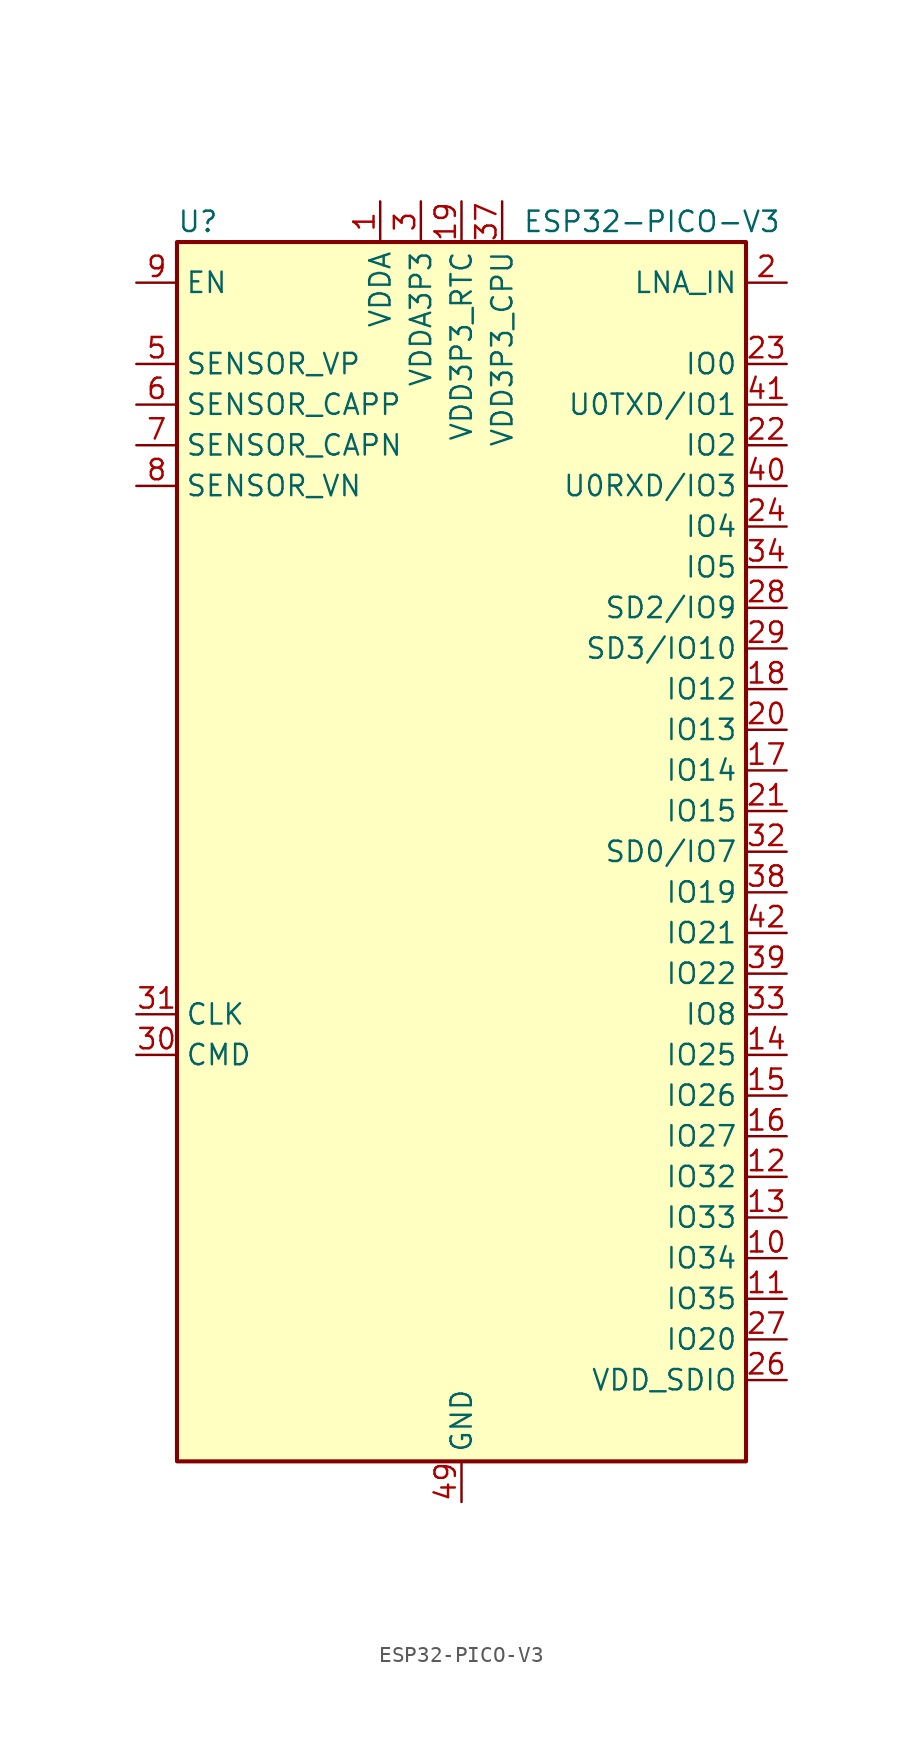
<source format=kicad_sym>
(kicad_symbol_lib
  (version 20241209)
  (generator "kicad_symbol_editor")
  (generator_version "9.0")
  (symbol "ESP32-PICO-V3"
    (property "Reference" "U"
      (at -17.78 39.37 0)
      (effects (font (size 1.27 1.27)) (justify left)))
    (property "Value" "ESP32-PICO-V3"
      (at 3.81 39.37 0)
      (effects (font (size 1.27 1.27)) (justify left)))
    (symbol "ESP32-PICO-V3_0_0"
      (pin input line (at -20.32 35.56 0) (length 2.54) (name "EN" (effects (font (size 1.27 1.27)))) (number "9" (effects (font (size 1.27 1.27)))))
      (pin input line (at -20.32 30.48 0) (length 2.54) (name "SENSOR_VP" (effects (font (size 1.27 1.27)))) (number "5" (effects (font (size 1.27 1.27)))))
      (pin input line (at -20.32 27.94 0) (length 2.54) (name "SENSOR_CAPP" (effects (font (size 1.27 1.27)))) (number "6" (effects (font (size 1.27 1.27)))))
      (pin input line (at -20.32 25.4 0) (length 2.54) (name "SENSOR_CAPN" (effects (font (size 1.27 1.27)))) (number "7" (effects (font (size 1.27 1.27)))))
      (pin input line (at -20.32 22.86 0) (length 2.54) (name "SENSOR_VN" (effects (font (size 1.27 1.27)))) (number "8" (effects (font (size 1.27 1.27)))))
      (pin bidirectional line (at -20.32 -10.16 0) (length 2.54) (name "CLK" (effects (font (size 1.27 1.27)))) (number "31" (effects (font (size 1.27 1.27)))))
      (pin bidirectional line (at -20.32 -12.7 0) (length 2.54) (name "CMD" (effects (font (size 1.27 1.27)))) (number "30" (effects (font (size 1.27 1.27)))))
      (pin no_connect line (at -17.78 -25.4 0) (length 2.54) (hide yes) (name "XTAL_N_NC" (effects (font (size 1.27 1.27)))) (number "44" (effects (font (size 1.27 1.27)))))
      (pin no_connect line (at -17.78 -27.94 0) (length 2.54) (hide yes) (name "XTAL_P_NC" (effects (font (size 1.27 1.27)))) (number "45" (effects (font (size 1.27 1.27)))))
      (pin no_connect line (at -17.78 -30.48 0) (length 2.54) (hide yes) (name "CAP2_NC" (effects (font (size 1.27 1.27)))) (number "47" (effects (font (size 1.27 1.27)))))
      (pin no_connect line (at -17.78 -33.02 0) (length 2.54) (hide yes) (name "CAP1_NC" (effects (font (size 1.27 1.27)))) (number "48" (effects (font (size 1.27 1.27)))))
      (pin power_in line (at -5.08 40.64 270) (length 2.54) (name "VDDA" (effects (font (size 1.27 1.27)))) (number "1" (effects (font (size 1.27 1.27)))))
      (pin passive line (at -5.08 40.64 270) (length 2.54) (hide yes) (name "VDDA" (effects (font (size 1.27 1.27)))) (number "43" (effects (font (size 1.27 1.27)))))
      (pin passive line (at -5.08 40.64 270) (length 2.54) (hide yes) (name "VDDA" (effects (font (size 1.27 1.27)))) (number "46" (effects (font (size 1.27 1.27)))))
      (pin power_in line (at -2.54 40.64 270) (length 2.54) (name "VDDA3P3" (effects (font (size 1.27 1.27)))) (number "3" (effects (font (size 1.27 1.27)))))
      (pin passive line (at -2.54 40.64 270) (length 2.54) (hide yes) (name "VDDA3P3" (effects (font (size 1.27 1.27)))) (number "4" (effects (font (size 1.27 1.27)))))
      (pin power_in line (at 0 40.64 270) (length 2.54) (name "VDD3P3_RTC" (effects (font (size 1.27 1.27)))) (number "19" (effects (font (size 1.27 1.27)))))
      (pin power_in line (at 0 -40.64 90) (length 2.54) (name "GND" (effects (font (size 1.27 1.27)))) (number "49" (effects (font (size 1.27 1.27)))))
      (pin power_in line (at 2.54 40.64 270) (length 2.54) (name "VDD3P3_CPU" (effects (font (size 1.27 1.27)))) (number "37" (effects (font (size 1.27 1.27)))))
      (pin bidirectional line (at 20.32 35.56 180) (length 2.54) (name "LNA_IN" (effects (font (size 1.27 1.27)))) (number "2" (effects (font (size 1.27 1.27)))))
      (pin bidirectional line (at 20.32 30.48 180) (length 2.54) (name "IO0" (effects (font (size 1.27 1.27)))) (number "23" (effects (font (size 1.27 1.27)))))
      (pin bidirectional line (at 20.32 27.94 180) (length 2.54) (name "U0TXD/IO1" (effects (font (size 1.27 1.27)))) (number "41" (effects (font (size 1.27 1.27)))))
      (pin bidirectional line (at 20.32 25.4 180) (length 2.54) (name "IO2" (effects (font (size 1.27 1.27)))) (number "22" (effects (font (size 1.27 1.27)))))
      (pin bidirectional line (at 20.32 22.86 180) (length 2.54) (name "U0RXD/IO3" (effects (font (size 1.27 1.27)))) (number "40" (effects (font (size 1.27 1.27)))))
      (pin bidirectional line (at 20.32 20.32 180) (length 2.54) (name "IO4" (effects (font (size 1.27 1.27)))) (number "24" (effects (font (size 1.27 1.27)))))
      (pin bidirectional line (at 20.32 17.78 180) (length 2.54) (name "IO5" (effects (font (size 1.27 1.27)))) (number "34" (effects (font (size 1.27 1.27)))))
      (pin bidirectional line (at 20.32 15.24 180) (length 2.54) (name "SD2/IO9" (effects (font (size 1.27 1.27)))) (number "28" (effects (font (size 1.27 1.27)))))
      (pin bidirectional line (at 20.32 12.7 180) (length 2.54) (name "SD3/IO10" (effects (font (size 1.27 1.27)))) (number "29" (effects (font (size 1.27 1.27)))))
      (pin bidirectional line (at 20.32 10.16 180) (length 2.54) (name "IO12" (effects (font (size 1.27 1.27)))) (number "18" (effects (font (size 1.27 1.27)))))
      (pin bidirectional line (at 20.32 7.62 180) (length 2.54) (name "IO13" (effects (font (size 1.27 1.27)))) (number "20" (effects (font (size 1.27 1.27)))))
      (pin bidirectional line (at 20.32 5.08 180) (length 2.54) (name "IO14" (effects (font (size 1.27 1.27)))) (number "17" (effects (font (size 1.27 1.27)))))
      (pin bidirectional line (at 20.32 2.54 180) (length 2.54) (name "IO15" (effects (font (size 1.27 1.27)))) (number "21" (effects (font (size 1.27 1.27)))))
      (pin bidirectional line (at 20.32 -2.54 180) (length 2.54) (name "IO19" (effects (font (size 1.27 1.27)))) (number "38" (effects (font (size 1.27 1.27)))))
      (pin bidirectional line (at 20.32 -5.08 180) (length 2.54) (name "IO21" (effects (font (size 1.27 1.27)))) (number "42" (effects (font (size 1.27 1.27)))))
      (pin bidirectional line (at 20.32 -7.62 180) (length 2.54) (name "IO22" (effects (font (size 1.27 1.27)))) (number "39" (effects (font (size 1.27 1.27)))))
      (pin bidirectional line (at 20.32 -12.7 180) (length 2.54) (name "IO25" (effects (font (size 1.27 1.27)))) (number "14" (effects (font (size 1.27 1.27)))))
      (pin bidirectional line (at 20.32 -15.24 180) (length 2.54) (name "IO26" (effects (font (size 1.27 1.27)))) (number "15" (effects (font (size 1.27 1.27)))))
      (pin bidirectional line (at 20.32 -17.78 180) (length 2.54) (name "IO27" (effects (font (size 1.27 1.27)))) (number "16" (effects (font (size 1.27 1.27)))))
      (pin bidirectional line (at 20.32 -20.32 180) (length 2.54) (name "IO32" (effects (font (size 1.27 1.27)))) (number "12" (effects (font (size 1.27 1.27)))))
      (pin bidirectional line (at 20.32 -22.86 180) (length 2.54) (name "IO33" (effects (font (size 1.27 1.27)))) (number "13" (effects (font (size 1.27 1.27)))))
      (pin input line (at 20.32 -25.4 180) (length 2.54) (name "IO34" (effects (font (size 1.27 1.27)))) (number "10" (effects (font (size 1.27 1.27)))))
      (pin input line (at 20.32 -27.94 180) (length 2.54) (name "IO35" (effects (font (size 1.27 1.27)))) (number "11" (effects (font (size 1.27 1.27)))))
      (pin power_out line (at 20.32 -33.02 180) (length 2.54) (name "VDD_SDIO" (effects (font (size 1.27 1.27)))) (number "26" (effects (font (size 1.27 1.27))))))
    (symbol "ESP32-PICO-V3_0_1"
      (rectangle (start -17.78 38.1) (end 17.78 -38.1) (stroke (width 0.254) (type default)) (fill (type background))))
    (symbol "ESP32-PICO-V3_1_0"
      (pin no_connect line (at -17.78 17.78 0) (length 2.54) (hide yes) (name "NC" (effects (font (size 1.27 1.27)))) (number "25" (effects (font (size 1.27 1.27)))))
      (pin no_connect line (at -17.78 15.24 0) (length 2.54) (hide yes) (name "NC" (effects (font (size 1.27 1.27)))) (number "35" (effects (font (size 1.27 1.27)))))
      (pin no_connect line (at -17.78 12.7 0) (length 2.54) (hide yes) (name "NC" (effects (font (size 1.27 1.27)))) (number "36" (effects (font (size 1.27 1.27)))))
      (pin bidirectional line (at 20.32 0 180) (length 2.54) (name "SD0/IO7" (effects (font (size 1.27 1.27)))) (number "32" (effects (font (size 1.27 1.27)))))
      (pin bidirectional line (at 20.32 -10.16 180) (length 2.54) (name "IO8" (effects (font (size 1.27 1.27)))) (number "33" (effects (font (size 1.27 1.27)))))
      (pin bidirectional line (at 20.32 -30.48 180) (length 2.54) (name "IO20" (effects (font (size 1.27 1.27)))) (number "27" (effects (font (size 1.27 1.27))))))))
</source>
